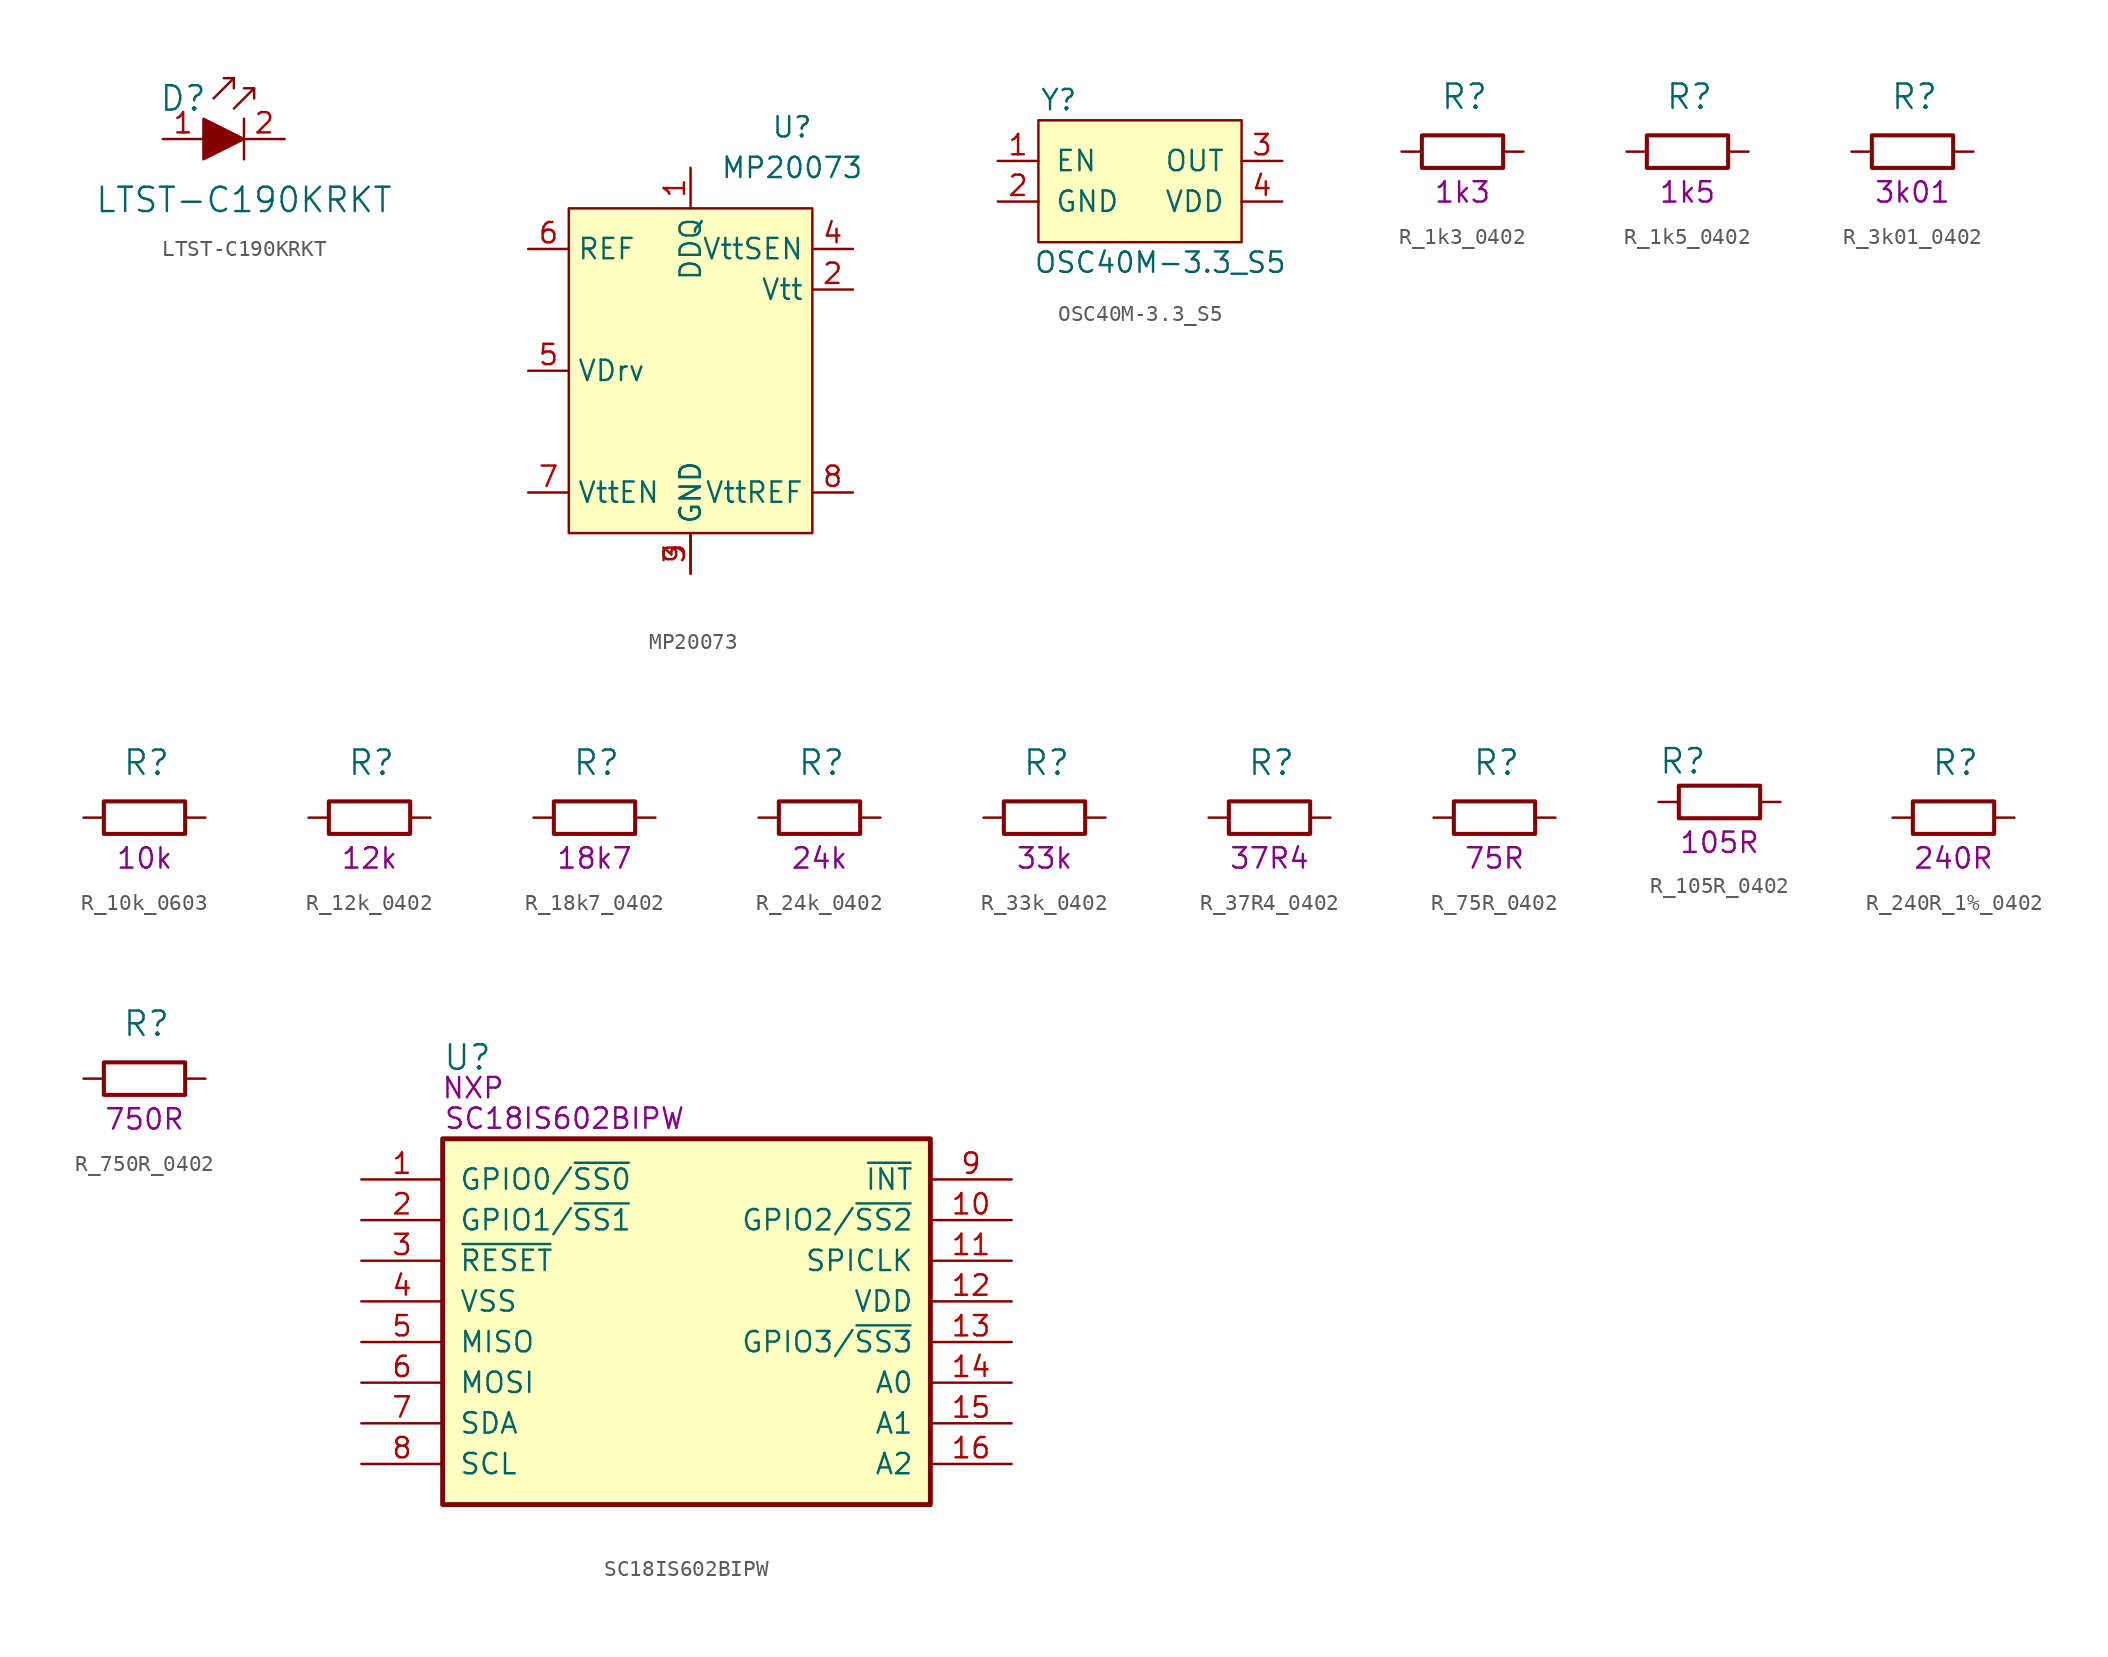
<source format=kicad_sym>
(kicad_symbol_lib
  (version 20211014)
  (generator kicad_symbol_editor)
  (symbol "LTST-C190KRKT"
    (pin_names
      (offset 0))
    (property "Reference" "D"
      (at -3.81 2.54 0)
      (effects (font (size 1.524 1.524))))
    (property "Value" "LTST-C190KRKT"
      (at 0 -3.81 0)
      (effects (font (size 1.524 1.524))))
    (symbol "LTST-C190KRKT_0_1"
      (polyline (pts (xy -0.635 3.81) (xy -1.905 2.54)) (stroke (width 0) (type default) (color 0 0 0 0)) (fill (type none)))
      (polyline (pts (xy 0 1.27) (xy 0 -1.27)) (stroke (width 0) (type default) (color 0 0 0 0)) (fill (type none)))
      (polyline (pts (xy 0.635 3.175) (xy -0.635 1.905)) (stroke (width 0) (type default) (color 0 0 0 0)) (fill (type none)))
      (polyline (pts (xy -1.27 3.81) (xy -0.635 3.81) (xy -0.635 3.175)) (stroke (width 0) (type default) (color 0 0 0 0)) (fill (type none)))
      (polyline (pts (xy 0 3.175) (xy 0.635 3.175) (xy 0.635 2.54)) (stroke (width 0) (type default) (color 0 0 0 0)) (fill (type none)))
      (polyline (pts (xy -2.54 1.27) (xy -2.54 -1.27) (xy 0 0) (xy -2.54 1.27)) (stroke (width 0) (type default) (color 0 0 0 0)) (fill (type outline))))
    (symbol "LTST-C190KRKT_1_1"
      (pin passive line (at -5.08 0 0) (length 2.54) (name "~" (effects (font (size 1.27 1.27)))) (number "1" (effects (font (size 1.27 1.27)))))
      (pin passive line (at 2.54 0 180) (length 2.54) (name "~" (effects (font (size 1.27 1.27)))) (number "2" (effects (font (size 1.27 1.27)))))))
  (symbol "MP20073"
    (property "Reference" "U"
      (at 6.35 22.86 0)
      (effects (font (size 1.27 1.27))))
    (property "Value" "MP20073"
      (at 6.35 20.32 0)
      (effects (font (size 1.27 1.27))))
    (symbol "MP20073_0_1"
      (rectangle (start -7.62 17.78) (end 7.62 -2.54) (stroke (width 0) (type default) (color 0 0 0 0)) (fill (type background))))
    (symbol "MP20073_1_1"
      (pin power_in line (at 0 20.32 270) (length 2.54) (name "DDQ" (effects (font (size 1.27 1.27)))) (number "1" (effects (font (size 1.27 1.27)))))
      (pin passive line (at 10.16 12.7 180) (length 2.54) (name "Vtt" (effects (font (size 1.27 1.27)))) (number "2" (effects (font (size 1.27 1.27)))))
      (pin power_in line (at 0 -5.08 90) (length 2.54) (name "GND" (effects (font (size 1.27 1.27)))) (number "3" (effects (font (size 1.27 1.27)))))
      (pin passive line (at 10.16 15.24 180) (length 2.54) (name "VttSEN" (effects (font (size 1.27 1.27)))) (number "4" (effects (font (size 1.27 1.27)))))
      (pin passive line (at -10.16 7.62 0) (length 2.54) (name "VDrv" (effects (font (size 1.27 1.27)))) (number "5" (effects (font (size 1.27 1.27)))))
      (pin passive line (at -10.16 15.24 0) (length 2.54) (name "REF" (effects (font (size 1.27 1.27)))) (number "6" (effects (font (size 1.27 1.27)))))
      (pin passive line (at -10.16 0 0) (length 2.54) (name "VttEN" (effects (font (size 1.27 1.27)))) (number "7" (effects (font (size 1.27 1.27)))))
      (pin passive line (at 10.16 0 180) (length 2.54) (name "VttREF" (effects (font (size 1.27 1.27)))) (number "8" (effects (font (size 1.27 1.27)))))
      (pin power_in line (at 0 -5.08 90) (length 2.54) (name "GND" (effects (font (size 1.27 1.27)))) (number "9" (effects (font (size 1.27 1.27)))))))
  (symbol "OSC40M-3.3_S5"
    (pin_names
      (offset 1.016))
    (property "Reference" "Y"
      (at -5.08 5.08 0)
      (effects (font (size 1.27 1.27))))
    (property "Value" "OSC40M-3.3_S5"
      (at 1.27 -5.08 0)
      (effects (font (size 1.27 1.27))))
    (symbol "OSC40M-3.3_S5_0_1"
      (rectangle (start -6.35 3.81) (end 6.35 -3.81) (stroke (width 0) (type default) (color 0 0 0 0)) (fill (type background))))
    (symbol "OSC40M-3.3_S5_1_1"
      (pin input line (at -8.89 1.27 0) (length 2.54) (name "EN" (effects (font (size 1.27 1.27)))) (number "1" (effects (font (size 1.27 1.27)))))
      (pin power_in line (at -8.89 -1.27 0) (length 2.54) (name "GND" (effects (font (size 1.27 1.27)))) (number "2" (effects (font (size 1.27 1.27)))))
      (pin output line (at 8.89 1.27 180) (length 2.54) (name "OUT" (effects (font (size 1.27 1.27)))) (number "3" (effects (font (size 1.27 1.27)))))
      (pin power_in line (at 8.89 -1.27 180) (length 2.54) (name "VDD" (effects (font (size 1.27 1.27)))) (number "4" (effects (font (size 1.27 1.27)))))))
  (symbol "R_1k3_0402"
    (pin_names
      (offset 0))
    (property "Reference" "R"
      (at -1.397 3.429 0)
      (effects (font (size 1.524 1.524)) (justify left)))
    (property "Val" "1k3"
      (at 0 -2.54 0)
      (effects (font (size 1.27 1.27))))
    (symbol "R_1k3_0402_1_1"
      (rectangle (start 2.54 -1.016) (end -2.54 1.016) (stroke (width 0.254) (type default) (color 0 0 0 0)) (fill (type none)))
      (pin passive line (at -3.81 0 0) (length 1.27) (name "~" (effects (font (size 0 0)))) (number "1" (effects (font (size 0 0)))))
      (pin passive line (at 3.81 0 180) (length 1.27) (name "~" (effects (font (size 0 0)))) (number "2" (effects (font (size 0 0)))))))
  (symbol "R_1k5_0402"
    (pin_names
      (offset 0))
    (property "Reference" "R"
      (at -1.397 3.429 0)
      (effects (font (size 1.524 1.524)) (justify left)))
    (property "Val" "1k5"
      (at 0 -2.54 0)
      (effects (font (size 1.27 1.27))))
    (symbol "R_1k5_0402_1_1"
      (rectangle (start 2.54 -1.016) (end -2.54 1.016) (stroke (width 0.254) (type default) (color 0 0 0 0)) (fill (type none)))
      (pin passive line (at -3.81 0 0) (length 1.27) (name "~" (effects (font (size 0 0)))) (number "1" (effects (font (size 0 0)))))
      (pin passive line (at 3.81 0 180) (length 1.27) (name "~" (effects (font (size 0 0)))) (number "2" (effects (font (size 0 0)))))))
  (symbol "R_3k01_0402"
    (pin_names
      (offset 0))
    (property "Reference" "R"
      (at -1.397 3.429 0)
      (effects (font (size 1.524 1.524)) (justify left)))
    (property "Val" "3k01"
      (at 0 -2.54 0)
      (effects (font (size 1.27 1.27))))
    (symbol "R_3k01_0402_1_1"
      (rectangle (start 2.54 -1.016) (end -2.54 1.016) (stroke (width 0.254) (type default) (color 0 0 0 0)) (fill (type none)))
      (pin passive line (at -3.81 0 0) (length 1.27) (name "~" (effects (font (size 0 0)))) (number "1" (effects (font (size 0 0)))))
      (pin passive line (at 3.81 0 180) (length 1.27) (name "~" (effects (font (size 0 0)))) (number "2" (effects (font (size 0 0)))))))
  (symbol "R_10k_0603"
    (pin_names
      (offset 0))
    (property "Reference" "R"
      (at -1.397 3.429 0)
      (effects (font (size 1.524 1.524)) (justify left)))
    (property "Val" "10k"
      (at 0 -2.54 0)
      (effects (font (size 1.27 1.27))))
    (symbol "R_10k_0603_1_1"
      (rectangle (start 2.54 -1.016) (end -2.54 1.016) (stroke (width 0.254) (type default) (color 0 0 0 0)) (fill (type none)))
      (pin passive line (at -3.81 0 0) (length 1.27) (name "~" (effects (font (size 0 0)))) (number "1" (effects (font (size 0 0)))))
      (pin passive line (at 3.81 0 180) (length 1.27) (name "~" (effects (font (size 0 0)))) (number "2" (effects (font (size 0 0)))))))
  (symbol "R_12k_0402"
    (pin_names
      (offset 0))
    (property "Reference" "R"
      (at -1.397 3.429 0)
      (effects (font (size 1.524 1.524)) (justify left)))
    (property "Val" "12k"
      (at 0 -2.54 0)
      (effects (font (size 1.27 1.27))))
    (symbol "R_12k_0402_1_1"
      (rectangle (start 2.54 -1.016) (end -2.54 1.016) (stroke (width 0.254) (type default) (color 0 0 0 0)) (fill (type none)))
      (pin passive line (at -3.81 0 0) (length 1.27) (name "~" (effects (font (size 0 0)))) (number "1" (effects (font (size 0 0)))))
      (pin passive line (at 3.81 0 180) (length 1.27) (name "~" (effects (font (size 0 0)))) (number "2" (effects (font (size 0 0)))))))
  (symbol "R_18k7_0402"
    (pin_names
      (offset 0))
    (property "Reference" "R"
      (at -1.397 3.429 0)
      (effects (font (size 1.524 1.524)) (justify left)))
    (property "Val" "18k7"
      (at 0 -2.54 0)
      (effects (font (size 1.27 1.27))))
    (symbol "R_18k7_0402_1_1"
      (rectangle (start 2.54 -1.016) (end -2.54 1.016) (stroke (width 0.254) (type default) (color 0 0 0 0)) (fill (type none)))
      (pin passive line (at -3.81 0 0) (length 1.27) (name "~" (effects (font (size 0 0)))) (number "1" (effects (font (size 0 0)))))
      (pin passive line (at 3.81 0 180) (length 1.27) (name "~" (effects (font (size 0 0)))) (number "2" (effects (font (size 0 0)))))))
  (symbol "R_24k_0402"
    (pin_names
      (offset 0))
    (property "Reference" "R"
      (at -1.397 3.429 0)
      (effects (font (size 1.524 1.524)) (justify left)))
    (property "Val" "24k"
      (at 0 -2.54 0)
      (effects (font (size 1.27 1.27))))
    (symbol "R_24k_0402_1_1"
      (rectangle (start 2.54 -1.016) (end -2.54 1.016) (stroke (width 0.254) (type default) (color 0 0 0 0)) (fill (type none)))
      (pin passive line (at -3.81 0 0) (length 1.27) (name "~" (effects (font (size 0 0)))) (number "1" (effects (font (size 0 0)))))
      (pin passive line (at 3.81 0 180) (length 1.27) (name "~" (effects (font (size 0 0)))) (number "2" (effects (font (size 0 0)))))))
  (symbol "R_33k_0402"
    (pin_names
      (offset 0))
    (property "Reference" "R"
      (at -1.397 3.429 0)
      (effects (font (size 1.524 1.524)) (justify left)))
    (property "Val" "33k"
      (at 0 -2.54 0)
      (effects (font (size 1.27 1.27))))
    (symbol "R_33k_0402_1_1"
      (rectangle (start 2.54 -1.016) (end -2.54 1.016) (stroke (width 0.254) (type default) (color 0 0 0 0)) (fill (type none)))
      (pin passive line (at -3.81 0 0) (length 1.27) (name "~" (effects (font (size 0 0)))) (number "1" (effects (font (size 0 0)))))
      (pin passive line (at 3.81 0 180) (length 1.27) (name "~" (effects (font (size 0 0)))) (number "2" (effects (font (size 0 0)))))))
  (symbol "R_37R4_0402"
    (pin_names
      (offset 0))
    (property "Reference" "R"
      (at -1.397 3.429 0)
      (effects (font (size 1.524 1.524)) (justify left)))
    (property "Val" "37R4"
      (at 0 -2.54 0)
      (effects (font (size 1.27 1.27))))
    (symbol "R_37R4_0402_1_1"
      (rectangle (start 2.54 -1.016) (end -2.54 1.016) (stroke (width 0.254) (type default) (color 0 0 0 0)) (fill (type none)))
      (pin passive line (at -3.81 0 0) (length 1.27) (name "~" (effects (font (size 0 0)))) (number "1" (effects (font (size 0 0)))))
      (pin passive line (at 3.81 0 180) (length 1.27) (name "~" (effects (font (size 0 0)))) (number "2" (effects (font (size 0 0)))))))
  (symbol "R_75R_0402"
    (pin_names
      (offset 0))
    (property "Reference" "R"
      (at -1.397 3.429 0)
      (effects (font (size 1.524 1.524)) (justify left)))
    (property "Val" "75R"
      (at 0 -2.54 0)
      (effects (font (size 1.27 1.27))))
    (symbol "R_75R_0402_1_1"
      (rectangle (start 2.54 -1.016) (end -2.54 1.016) (stroke (width 0.254) (type default) (color 0 0 0 0)) (fill (type none)))
      (pin passive line (at -3.81 0 0) (length 1.27) (name "~" (effects (font (size 0 0)))) (number "1" (effects (font (size 0 0)))))
      (pin passive line (at 3.81 0 180) (length 1.27) (name "~" (effects (font (size 0 0)))) (number "2" (effects (font (size 0 0)))))))
  (symbol "R_105R_0402"
    (pin_names
      (offset 0))
    (property "Reference" "R"
      (at -3.81 2.54 0)
      (effects (font (size 1.524 1.524)) (justify left)))
    (property "Val" "105R"
      (at 0 -2.54 0)
      (effects (font (size 1.27 1.27))))
    (symbol "R_105R_0402_1_1"
      (rectangle (start 2.54 -1.016) (end -2.54 1.016) (stroke (width 0.254) (type default) (color 0 0 0 0)) (fill (type none)))
      (pin passive line (at -3.81 0 0) (length 1.27) (name "~" (effects (font (size 0 0)))) (number "1" (effects (font (size 0 0)))))
      (pin passive line (at 3.81 0 180) (length 1.27) (name "~" (effects (font (size 0 0)))) (number "2" (effects (font (size 0 0)))))))
  (symbol "R_240R_1%_0402"
    (pin_names
      (offset 0))
    (property "Reference" "R"
      (at -1.397 3.429 0)
      (effects (font (size 1.524 1.524)) (justify left)))
    (property "Val" "240R"
      (at 0 -2.54 0)
      (effects (font (size 1.27 1.27))))
    (symbol "R_240R_1%_0402_1_1"
      (rectangle (start 2.54 -1.016) (end -2.54 1.016) (stroke (width 0.254) (type default) (color 0 0 0 0)) (fill (type none)))
      (pin passive line (at -3.81 0 0) (length 1.27) (name "~" (effects (font (size 0 0)))) (number "1" (effects (font (size 0 0)))))
      (pin passive line (at 3.81 0 180) (length 1.27) (name "~" (effects (font (size 0 0)))) (number "2" (effects (font (size 0 0)))))))
  (symbol "R_750R_0402"
    (pin_names
      (offset 0))
    (property "Reference" "R"
      (at -1.397 3.429 0)
      (effects (font (size 1.524 1.524)) (justify left)))
    (property "Val" "750R"
      (at 0 -2.54 0)
      (effects (font (size 1.27 1.27))))
    (symbol "R_750R_0402_1_1"
      (rectangle (start 2.54 -1.016) (end -2.54 1.016) (stroke (width 0.254) (type default) (color 0 0 0 0)) (fill (type none)))
      (pin passive line (at -3.81 0 0) (length 1.27) (name "~" (effects (font (size 0 0)))) (number "1" (effects (font (size 0 0)))))
      (pin passive line (at 3.81 0 180) (length 1.27) (name "~" (effects (font (size 0 0)))) (number "2" (effects (font (size 0 0)))))))
  (symbol "SC18IS602BIPW"
    (pin_names
      (offset 1.016))
    (property "Reference" "U"
      (at 5.08 7.62 0)
      (effects (font (size 1.524 1.524)) (justify left)))
    (property "Manufacturer" "NXP"
      (at 6.985 5.715 0)
      (effects (font (size 1.27 1.27))))
    (property "MPN" "SC18IS602BIPW"
      (at 12.7 3.81 0)
      (effects (font (size 1.27 1.27))))
    (symbol "SC18IS602BIPW_1_1"
      (rectangle (start 5.08 2.54) (end 35.56 -20.32) (stroke (width 0.305) (type default) (color 0 0 0 0)) (fill (type background)))
      (pin bidirectional line (at 0 0 0) (length 5.08) (name "GPIO0/~{SS0}" (effects (font (size 1.27 1.27)))) (number "1" (effects (font (size 1.27 1.27)))))
      (pin bidirectional line (at 40.64 -2.54 180) (length 5.08) (name "GPIO2/~{SS2}" (effects (font (size 1.27 1.27)))) (number "10" (effects (font (size 1.27 1.27)))))
      (pin output line (at 40.64 -5.08 180) (length 5.08) (name "SPICLK" (effects (font (size 1.27 1.27)))) (number "11" (effects (font (size 1.27 1.27)))))
      (pin power_in line (at 40.64 -7.62 180) (length 5.08) (name "VDD" (effects (font (size 1.27 1.27)))) (number "12" (effects (font (size 1.27 1.27)))))
      (pin bidirectional line (at 40.64 -10.16 180) (length 5.08) (name "GPIO3/~{SS3}" (effects (font (size 1.27 1.27)))) (number "13" (effects (font (size 1.27 1.27)))))
      (pin input line (at 40.64 -12.7 180) (length 5.08) (name "A0" (effects (font (size 1.27 1.27)))) (number "14" (effects (font (size 1.27 1.27)))))
      (pin input line (at 40.64 -15.24 180) (length 5.08) (name "A1" (effects (font (size 1.27 1.27)))) (number "15" (effects (font (size 1.27 1.27)))))
      (pin input line (at 40.64 -17.78 180) (length 5.08) (name "A2" (effects (font (size 1.27 1.27)))) (number "16" (effects (font (size 1.27 1.27)))))
      (pin bidirectional line (at 0 -2.54 0) (length 5.08) (name "GPIO1/~{SS1}" (effects (font (size 1.27 1.27)))) (number "2" (effects (font (size 1.27 1.27)))))
      (pin input line (at 0 -5.08 0) (length 5.08) (name "~{RESET}" (effects (font (size 1.27 1.27)))) (number "3" (effects (font (size 1.27 1.27)))))
      (pin power_in line (at 0 -7.62 0) (length 5.08) (name "VSS" (effects (font (size 1.27 1.27)))) (number "4" (effects (font (size 1.27 1.27)))))
      (pin input line (at 0 -10.16 0) (length 5.08) (name "MISO" (effects (font (size 1.27 1.27)))) (number "5" (effects (font (size 1.27 1.27)))))
      (pin output line (at 0 -12.7 0) (length 5.08) (name "MOSI" (effects (font (size 1.27 1.27)))) (number "6" (effects (font (size 1.27 1.27)))))
      (pin bidirectional line (at 0 -15.24 0) (length 5.08) (name "SDA" (effects (font (size 1.27 1.27)))) (number "7" (effects (font (size 1.27 1.27)))))
      (pin input line (at 0 -17.78 0) (length 5.08) (name "SCL" (effects (font (size 1.27 1.27)))) (number "8" (effects (font (size 1.27 1.27)))))
      (pin output line (at 40.64 0 180) (length 5.08) (name "~{INT}" (effects (font (size 1.27 1.27)))) (number "9" (effects (font (size 1.27 1.27))))))))
</source>
